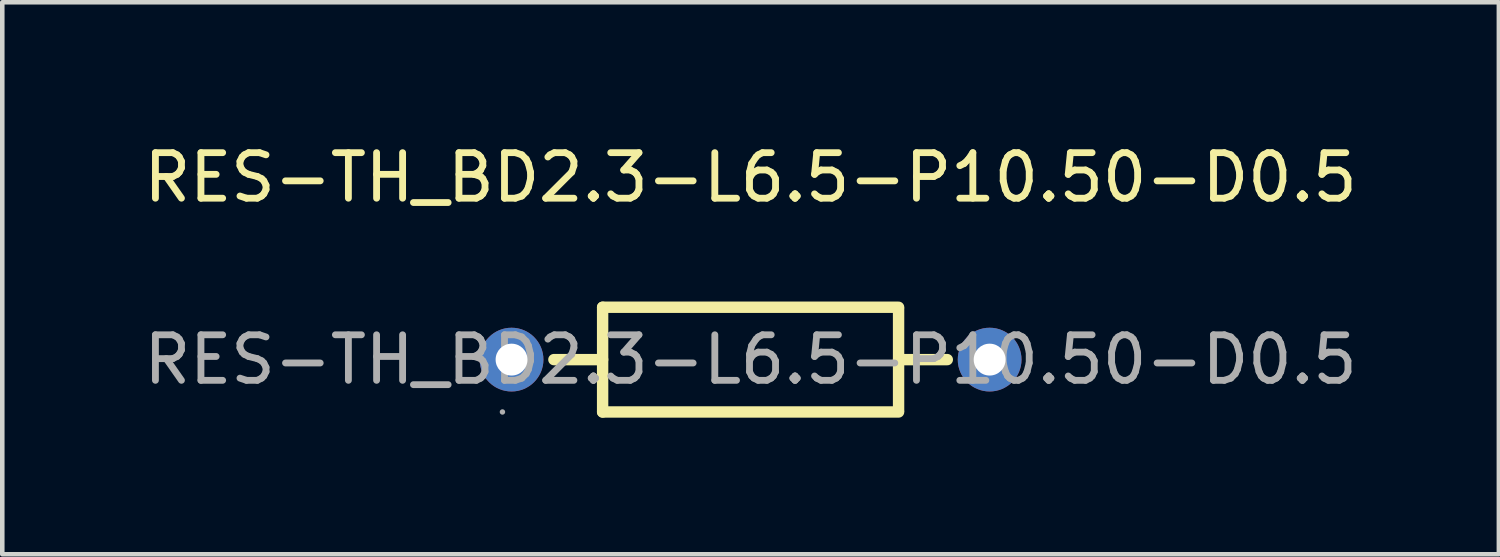
<source format=kicad_pcb>
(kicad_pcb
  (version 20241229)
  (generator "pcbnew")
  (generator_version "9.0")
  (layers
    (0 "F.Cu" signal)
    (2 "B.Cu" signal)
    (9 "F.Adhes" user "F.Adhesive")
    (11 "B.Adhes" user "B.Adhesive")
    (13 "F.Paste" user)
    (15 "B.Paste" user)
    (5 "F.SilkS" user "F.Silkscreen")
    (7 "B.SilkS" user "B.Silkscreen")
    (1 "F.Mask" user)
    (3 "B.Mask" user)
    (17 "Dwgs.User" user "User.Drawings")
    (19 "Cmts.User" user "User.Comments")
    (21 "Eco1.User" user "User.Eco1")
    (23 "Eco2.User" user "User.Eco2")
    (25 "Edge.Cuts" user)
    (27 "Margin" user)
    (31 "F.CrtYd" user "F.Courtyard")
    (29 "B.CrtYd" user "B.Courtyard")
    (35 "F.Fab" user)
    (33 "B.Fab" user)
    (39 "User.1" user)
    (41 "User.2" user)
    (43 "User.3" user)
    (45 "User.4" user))
  (footprint "RES-TH_BD2.3-L6.5-P10.50-D0.5"
    (layer "F.Cu")
    (at 13.435 4.848)
    (property "Reference" "RES-TH_BD2.3-L6.5-P10.50-D0.5" (at 0 -4 0) (layer "F.SilkS") (effects (font (size 1 1) (thickness 0.15))))
    (attr through_hole)
    (fp_line (start -4.32 0) (end -3.25 0) (stroke (width 0.25) (type solid)) (layer "F.SilkS"))
    (fp_line (start -3.25 -1.15) (end 3.25 -1.15) (stroke (width 0.25) (type solid)) (layer "F.SilkS"))
    (fp_line (start -3.25 1.15) (end -3.25 -1.15) (stroke (width 0.25) (type solid)) (layer "F.SilkS"))
    (fp_line (start 3.25 -1.12) (end 3.25 1.12) (stroke (width 0.25) (type solid)) (layer "F.SilkS"))
    (fp_line (start 3.25 0) (end 4.32 0) (stroke (width 0.25) (type solid)) (layer "F.SilkS"))
    (fp_line (start 3.25 1.15) (end -3.25 1.15) (stroke (width 0.25) (type solid)) (layer "F.SilkS"))
    (fp_circle (center -5.45 1.15) (end -5.42 1.15) (stroke (width 0.06) (type solid)) (fill no) (layer "F.Fab"))
    (fp_circle (center -5.25 0) (end -5.15 0) (stroke (width 0.2) (type solid)) (fill no) (layer "F.Fab"))
    (fp_circle (center 5.25 0) (end 5.35 0) (stroke (width 0.2) (type solid)) (fill no) (layer "F.Fab"))
    (fp_text user "${REFERENCE}" (at 0 0 0) (layer "F.Fab") (effects (font (size 1 1) (thickness 0.15))))
    (pad "1" thru_hole circle (at -5.25 0) (size 1.4 1.4) (drill 0.7) (layers "*.Cu" "*.Mask"))
    (pad "2" thru_hole circle (at 5.25 0) (size 1.4 1.4) (drill 0.7) (layers "*.Cu" "*.Mask")))
  (gr_rect
    (start -3 -3)
    (end 29.869 9.123)
    (stroke (width 0.1) (type default))
    (fill no)
    (layer "Edge.Cuts")))
</source>
